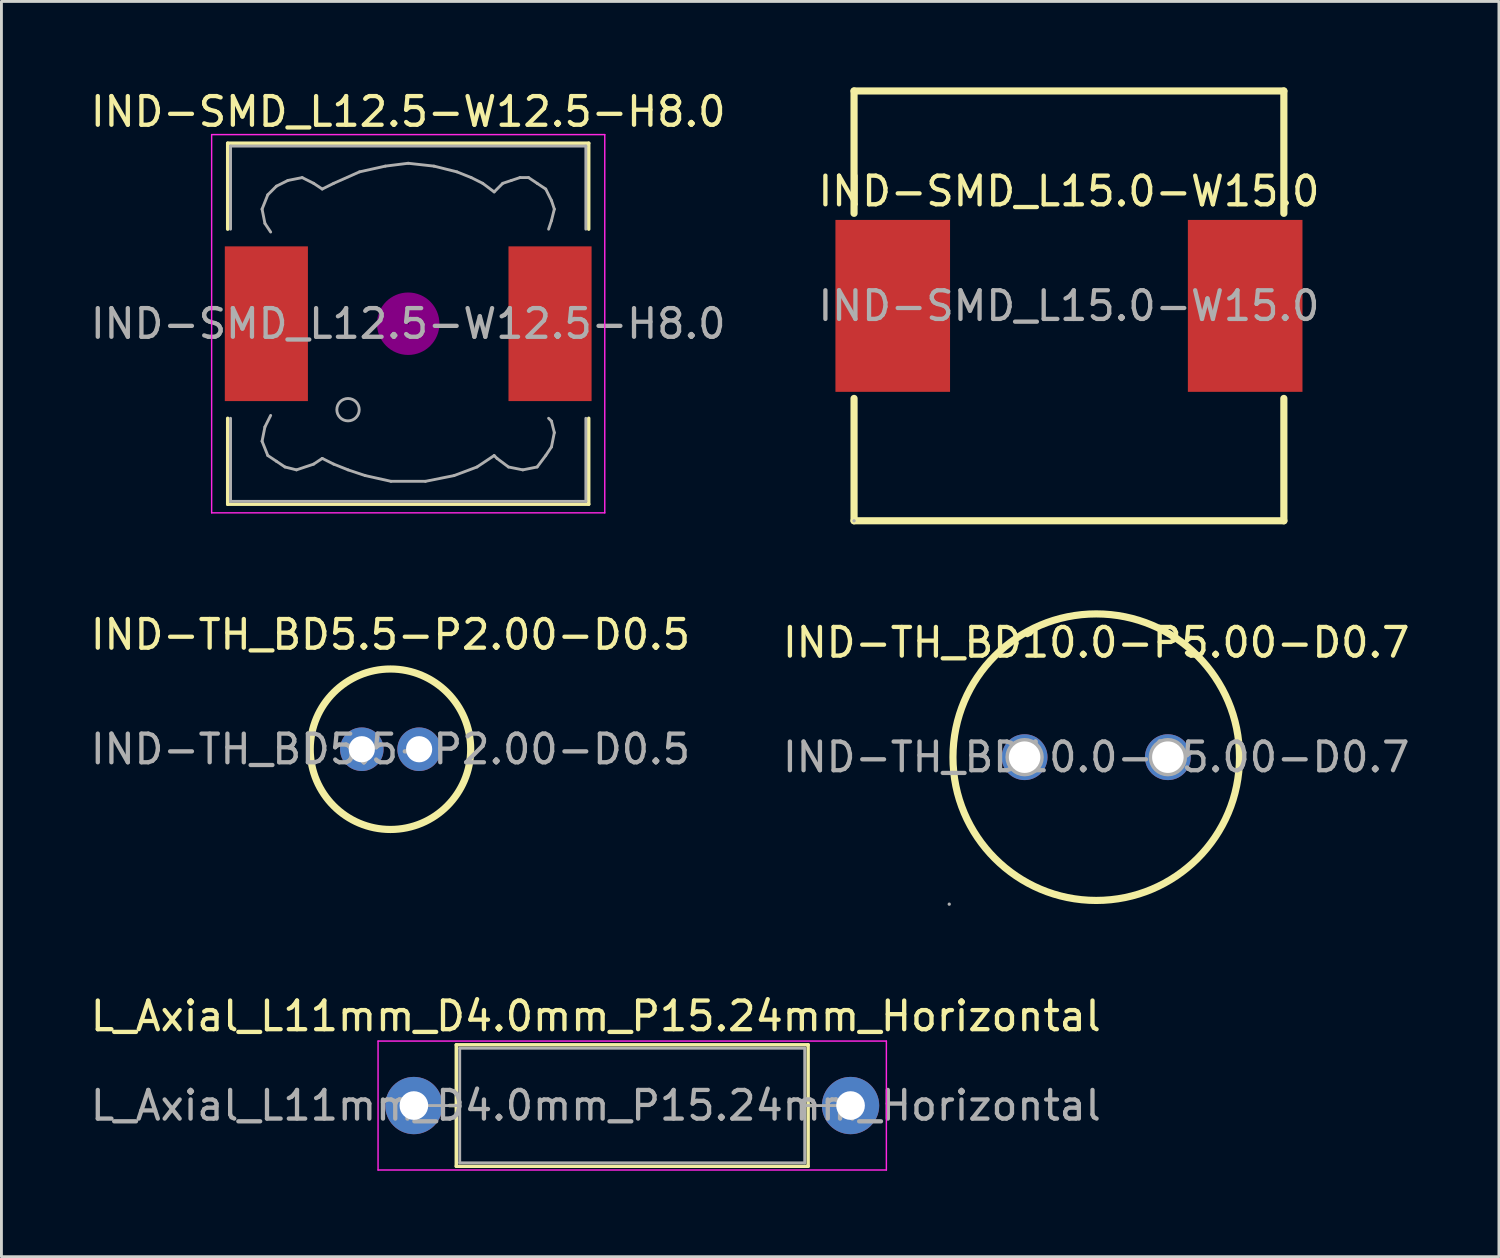
<source format=kicad_pcb>
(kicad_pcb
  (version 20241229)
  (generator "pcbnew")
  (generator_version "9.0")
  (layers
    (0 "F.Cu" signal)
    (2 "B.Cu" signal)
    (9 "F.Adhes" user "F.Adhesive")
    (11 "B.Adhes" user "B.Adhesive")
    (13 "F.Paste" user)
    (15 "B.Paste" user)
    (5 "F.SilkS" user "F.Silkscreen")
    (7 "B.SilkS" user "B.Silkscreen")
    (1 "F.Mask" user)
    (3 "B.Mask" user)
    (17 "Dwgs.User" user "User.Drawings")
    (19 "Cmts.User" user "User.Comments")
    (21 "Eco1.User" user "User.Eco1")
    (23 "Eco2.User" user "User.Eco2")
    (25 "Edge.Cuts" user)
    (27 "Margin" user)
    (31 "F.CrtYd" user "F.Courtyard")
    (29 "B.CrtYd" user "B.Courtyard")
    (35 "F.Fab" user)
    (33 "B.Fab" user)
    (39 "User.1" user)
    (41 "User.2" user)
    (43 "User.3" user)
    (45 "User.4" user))
  (footprint "IND-SMD_L15.0-W15.0"
    (layer "F.Cu")
    (at 34.256 7.625)
    (property "Reference" "IND-SMD_L15.0-W15.0" (at 0 -4 0) (layer "F.SilkS") (effects (font (size 1 1) (thickness 0.15))))
    (attr through_hole)
    (fp_line (start -7.5 -7.5) (end 7.5 -7.5) (stroke (width 0.25) (type solid)) (layer "F.SilkS"))
    (fp_line (start -7.5 -3.23) (end -7.5 -7.5) (stroke (width 0.25) (type solid)) (layer "F.SilkS"))
    (fp_line (start -7.5 7.5) (end -7.5 3.23) (stroke (width 0.25) (type solid)) (layer "F.SilkS"))
    (fp_line (start 7.5 -7.5) (end 7.5 -3.23) (stroke (width 0.25) (type solid)) (layer "F.SilkS"))
    (fp_line (start 7.5 3.23) (end 7.5 7.5) (stroke (width 0.25) (type solid)) (layer "F.SilkS"))
    (fp_line (start 7.5 7.5) (end -7.5 7.5) (stroke (width 0.25) (type solid)) (layer "F.SilkS"))
    (fp_circle (center -7.5 7.5) (end -7.47 7.5) (stroke (width 0.06) (type solid)) (fill no) (layer "F.Fab"))
    (fp_text user "${REFERENCE}" (at 0 0 0) (layer "F.Fab") (effects (font (size 1 1) (thickness 0.15))))
    (pad "1" smd rect (at -6.15 0) (size 4 6) (layers "F.Cu" "F.Mask" "F.Paste"))
    (pad "2" smd rect (at 6.15 0) (size 4 6) (layers "F.Cu" "F.Mask" "F.Paste")))
  (footprint "IND-TH_BD10.0-P5.00-D0.7"
    (layer "F.Cu")
    (at 35.208 23.375)
    (property "Reference" "IND-TH_BD10.0-P5.00-D0.7" (at 0 -4 0) (layer "F.SilkS") (effects (font (size 1 1) (thickness 0.15))))
    (attr smd)
    (fp_circle (center 0 0) (end 5 0) (stroke (width 0.25) (type solid)) (fill no) (layer "F.SilkS"))
    (fp_circle (center -5.13 5.13) (end -5.1 5.13) (stroke (width 0.06) (type solid)) (fill no) (layer "F.Fab"))
    (fp_circle (center -2.5 0) (end -2.28 0) (stroke (width 0.45) (type solid)) (fill no) (layer "F.Fab"))
    (fp_circle (center 2.5 0) (end 2.72 0) (stroke (width 0.45) (type solid)) (fill no) (layer "F.Fab"))
    (fp_text user "${REFERENCE}" (at 0 0 0) (layer "F.Fab") (effects (font (size 1 1) (thickness 0.15))))
    (pad "1" thru_hole circle (at -2.5 0) (size 1.6 1.6) (drill 1.1) (layers "*.Cu" "*.Paste" "*.Mask"))
    (pad "2" thru_hole circle (at 2.5 0) (size 1.6 1.6) (drill 1.1) (layers "*.Cu" "*.Paste" "*.Mask")))
  (footprint "IND-TH_BD5.5-P2.00-D0.5"
    (layer "F.Cu")
    (at 10.577 23.098)
    (property "Reference" "IND-TH_BD5.5-P2.00-D0.5" (at 0 -4 0) (layer "F.SilkS") (effects (font (size 1 1) (thickness 0.15))))
    (attr smd)
    (fp_circle (center 0 0) (end 2.8 0) (stroke (width 0.25) (type solid)) (fill no) (layer "F.SilkS"))
    (fp_circle (center -1 0) (end -0.82 0) (stroke (width 0.36) (type solid)) (fill no) (layer "F.Fab"))
    (fp_circle (center 1 0) (end 1.18 0) (stroke (width 0.36) (type solid)) (fill no) (layer "F.Fab"))
    (fp_text user "${REFERENCE}" (at 0 0 0) (layer "F.Fab") (effects (font (size 1 1) (thickness 0.15))))
    (pad "1" thru_hole circle (at -1 0) (size 1.52 1.52) (drill 0.914) (layers "*.Cu" "*.Paste" "*.Mask"))
    (pad "2" thru_hole circle (at 1 0) (size 1.52 1.52) (drill 0.914) (layers "*.Cu" "*.Paste" "*.Mask")))
  (footprint "IND-SMD_L12.5-W12.5-H8.0"
    (layer "F.Cu")
    (at 11.196 8.248)
    (property "Reference" "IND-SMD_L12.5-W12.5-H8.0" (at 0 -7.4 0) (layer "F.SilkS") (effects (font (size 1 1) (thickness 0.15))))
    (attr smd)
    (fp_line (start -6.3 -6.3) (end 6.3 -6.3) (stroke (width 0.12) (type solid)) (layer "F.SilkS"))
    (fp_line (start -6.3 -3.3) (end -6.3 -6.3) (stroke (width 0.12) (type solid)) (layer "F.SilkS"))
    (fp_line (start -6.3 6.3) (end -6.3 3.3) (stroke (width 0.12) (type solid)) (layer "F.SilkS"))
    (fp_line (start 6.3 -6.3) (end 6.3 -3.3) (stroke (width 0.12) (type solid)) (layer "F.SilkS"))
    (fp_line (start 6.3 3.3) (end 6.3 6.3) (stroke (width 0.12) (type solid)) (layer "F.SilkS"))
    (fp_line (start 6.3 6.3) (end -6.3 6.3) (stroke (width 0.12) (type solid)) (layer "F.SilkS"))
    (fp_circle (center 0 0) (end 0.15 0.15) (stroke (width 0.38) (type solid)) (fill no) (layer "F.Adhes"))
    (fp_circle (center 0 0) (end 0.55 0) (stroke (width 0.38) (type solid)) (fill no) (layer "F.Adhes"))
    (fp_circle (center 0 0) (end 0.9 0) (stroke (width 0.38) (type solid)) (fill no) (layer "F.Adhes"))
    (fp_line (start -6.86 -6.6) (end 6.86 -6.6) (stroke (width 0.05) (type solid)) (layer "F.CrtYd"))
    (fp_line (start -6.86 6.6) (end -6.86 -6.6) (stroke (width 0.05) (type solid)) (layer "F.CrtYd"))
    (fp_line (start 6.86 -6.6) (end 6.86 6.6) (stroke (width 0.05) (type solid)) (layer "F.CrtYd"))
    (fp_line (start 6.86 6.6) (end -6.86 6.6) (stroke (width 0.05) (type solid)) (layer "F.CrtYd"))
    (fp_line (start -6.2 -6.2) (end -6.2 -3.3) (stroke (width 0.1) (type solid)) (layer "F.Fab"))
    (fp_line (start -6.2 3.3) (end -6.2 6.2) (stroke (width 0.1) (type solid)) (layer "F.Fab"))
    (fp_line (start -6.2 6.2) (end 6.2 6.2) (stroke (width 0.1) (type solid)) (layer "F.Fab"))
    (fp_line (start -5.1 -4) (end -5 -3.5) (stroke (width 0.1) (type solid)) (layer "F.Fab"))
    (fp_line (start -5.1 4.1) (end -5 3.6) (stroke (width 0.1) (type solid)) (layer "F.Fab"))
    (fp_line (start -5 -3.5) (end -4.8 -3.2) (stroke (width 0.1) (type solid)) (layer "F.Fab"))
    (fp_line (start -5 3.6) (end -4.8 3.2) (stroke (width 0.1) (type solid)) (layer "F.Fab"))
    (fp_line (start -4.9 -4.5) (end -5.1 -4) (stroke (width 0.1) (type solid)) (layer "F.Fab"))
    (fp_line (start -4.9 4.6) (end -5.1 4.1) (stroke (width 0.1) (type solid)) (layer "F.Fab"))
    (fp_line (start -4.6 -4.8) (end -4.9 -4.5) (stroke (width 0.1) (type solid)) (layer "F.Fab"))
    (fp_line (start -4.6 4.8) (end -4.9 4.6) (stroke (width 0.1) (type solid)) (layer "F.Fab"))
    (fp_line (start -4.3 5) (end -4.6 4.8) (stroke (width 0.1) (type solid)) (layer "F.Fab"))
    (fp_line (start -4.2 -5) (end -4.6 -4.8) (stroke (width 0.1) (type solid)) (layer "F.Fab"))
    (fp_line (start -3.9 5.1) (end -4.3 5) (stroke (width 0.1) (type solid)) (layer "F.Fab"))
    (fp_line (start -3.7 -5.1) (end -4.2 -5) (stroke (width 0.1) (type solid)) (layer "F.Fab"))
    (fp_line (start -3.3 -4.9) (end -3.7 -5.1) (stroke (width 0.1) (type solid)) (layer "F.Fab"))
    (fp_line (start -3.3 4.9) (end -3.9 5.1) (stroke (width 0.1) (type solid)) (layer "F.Fab"))
    (fp_line (start -3 -4.7) (end -3.3 -4.9) (stroke (width 0.1) (type solid)) (layer "F.Fab"))
    (fp_line (start -3 4.7) (end -3.3 4.9) (stroke (width 0.1) (type solid)) (layer "F.Fab"))
    (fp_line (start -2.6 -4.9) (end -3 -4.7) (stroke (width 0.1) (type solid)) (layer "F.Fab"))
    (fp_line (start -2.6 4.9) (end -3 4.7) (stroke (width 0.1) (type solid)) (layer "F.Fab"))
    (fp_line (start -2.1 5.1) (end -2.6 4.9) (stroke (width 0.1) (type solid)) (layer "F.Fab"))
    (fp_line (start -1.7 -5.3) (end -2.6 -4.9) (stroke (width 0.1) (type solid)) (layer "F.Fab"))
    (fp_line (start -1.5 5.3) (end -2.1 5.1) (stroke (width 0.1) (type solid)) (layer "F.Fab"))
    (fp_line (start -0.8 -5.5) (end -1.7 -5.3) (stroke (width 0.1) (type solid)) (layer "F.Fab"))
    (fp_line (start -0.6 5.5) (end -1.5 5.3) (stroke (width 0.1) (type solid)) (layer "F.Fab"))
    (fp_line (start 0 -5.6) (end -0.8 -5.5) (stroke (width 0.1) (type solid)) (layer "F.Fab"))
    (fp_line (start 0.6 5.5) (end -0.6 5.5) (stroke (width 0.1) (type solid)) (layer "F.Fab"))
    (fp_line (start 0.9 -5.5) (end 0 -5.6) (stroke (width 0.1) (type solid)) (layer "F.Fab"))
    (fp_line (start 1.6 5.3) (end 0.6 5.5) (stroke (width 0.1) (type solid)) (layer "F.Fab"))
    (fp_line (start 1.7 -5.3) (end 0.9 -5.5) (stroke (width 0.1) (type solid)) (layer "F.Fab"))
    (fp_line (start 2.2 -5.1) (end 1.7 -5.3) (stroke (width 0.1) (type solid)) (layer "F.Fab"))
    (fp_line (start 2.4 5) (end 1.6 5.3) (stroke (width 0.1) (type solid)) (layer "F.Fab"))
    (fp_line (start 2.6 -4.9) (end 2.2 -5.1) (stroke (width 0.1) (type solid)) (layer "F.Fab"))
    (fp_line (start 3 -4.6) (end 2.6 -4.9) (stroke (width 0.1) (type solid)) (layer "F.Fab"))
    (fp_line (start 3 4.6) (end 2.4 5) (stroke (width 0.1) (type solid)) (layer "F.Fab"))
    (fp_line (start 3.1 4.7) (end 3 4.6) (stroke (width 0.1) (type solid)) (layer "F.Fab"))
    (fp_line (start 3.3 -4.9) (end 3 -4.6) (stroke (width 0.1) (type solid)) (layer "F.Fab"))
    (fp_line (start 3.5 5) (end 3.1 4.7) (stroke (width 0.1) (type solid)) (layer "F.Fab"))
    (fp_line (start 3.6 -5) (end 3.3 -4.9) (stroke (width 0.1) (type solid)) (layer "F.Fab"))
    (fp_line (start 3.9 -5.1) (end 3.6 -5) (stroke (width 0.1) (type solid)) (layer "F.Fab"))
    (fp_line (start 4 5.1) (end 3.5 5) (stroke (width 0.1) (type solid)) (layer "F.Fab"))
    (fp_line (start 4.2 -5.1) (end 3.9 -5.1) (stroke (width 0.1) (type solid)) (layer "F.Fab"))
    (fp_line (start 4.5 -4.9) (end 4.2 -5.1) (stroke (width 0.1) (type solid)) (layer "F.Fab"))
    (fp_line (start 4.5 5) (end 4 5.1) (stroke (width 0.1) (type solid)) (layer "F.Fab"))
    (fp_line (start 4.8 -4.7) (end 4.5 -4.9) (stroke (width 0.1) (type solid)) (layer "F.Fab"))
    (fp_line (start 4.8 4.6) (end 4.5 5) (stroke (width 0.1) (type solid)) (layer "F.Fab"))
    (fp_line (start 4.9 -3.3) (end 5 -3.6) (stroke (width 0.1) (type solid)) (layer "F.Fab"))
    (fp_line (start 4.9 3.3) (end 5 3.4) (stroke (width 0.1) (type solid)) (layer "F.Fab"))
    (fp_line (start 5 -4.3) (end 4.8 -4.7) (stroke (width 0.1) (type solid)) (layer "F.Fab"))
    (fp_line (start 5 -3.6) (end 5.1 -4) (stroke (width 0.1) (type solid)) (layer "F.Fab"))
    (fp_line (start 5 3.4) (end 5.1 3.8) (stroke (width 0.1) (type solid)) (layer "F.Fab"))
    (fp_line (start 5 4.3) (end 4.8 4.6) (stroke (width 0.1) (type solid)) (layer "F.Fab"))
    (fp_line (start 5.1 -4) (end 5 -4.3) (stroke (width 0.1) (type solid)) (layer "F.Fab"))
    (fp_line (start 5.1 3.8) (end 5 4.3) (stroke (width 0.1) (type solid)) (layer "F.Fab"))
    (fp_line (start 6.2 -6.2) (end -6.2 -6.2) (stroke (width 0.1) (type solid)) (layer "F.Fab"))
    (fp_line (start 6.2 -6.2) (end 6.2 -3.3) (stroke (width 0.1) (type solid)) (layer "F.Fab"))
    (fp_line (start 6.2 6.2) (end 6.2 3.3) (stroke (width 0.1) (type solid)) (layer "F.Fab"))
    (fp_circle (center -2.1 3) (end -1.8 3.25) (stroke (width 0.1) (type solid)) (fill no) (layer "F.Fab"))
    (fp_text user "${REFERENCE}" (at 0 0 0) (layer "F.Fab") (effects (font (size 1 1) (thickness 0.15))))
    (pad "1" smd rect (at -4.95 0) (size 2.9 5.4) (layers "F.Cu" "F.Mask" "F.Paste"))
    (pad "2" smd rect (at 4.95 0) (size 2.9 5.4) (layers "F.Cu" "F.Mask" "F.Paste")))
  (footprint "L_Axial_L11mm_D4.0mm_P15.24mm_Horizontal"
    (layer "F.Cu")
    (at 11.394 35.533)
    (property "Reference" "L_Axial_L11mm_D4.0mm_P15.24mm_Horizontal" (at 6.35 -3.12 0) (layer "F.SilkS") (effects (font (size 1 1) (thickness 0.15))))
    (attr through_hole)
    (fp_line (start 1.24 0) (end 1.48 0) (stroke (width 0.12) (type solid)) (layer "F.SilkS"))
    (fp_line (start 1.48 -2.12) (end 1.48 2.12) (stroke (width 0.12) (type solid)) (layer "F.SilkS"))
    (fp_line (start 1.48 2.12) (end 13.76 2.12) (stroke (width 0.12) (type solid)) (layer "F.SilkS"))
    (fp_line (start 13.76 -2.12) (end 1.48 -2.12) (stroke (width 0.12) (type solid)) (layer "F.SilkS"))
    (fp_line (start 13.76 2.12) (end 13.76 -2.12) (stroke (width 0.12) (type solid)) (layer "F.SilkS"))
    (fp_line (start 14 0) (end 13.76 0) (stroke (width 0.12) (type solid)) (layer "F.SilkS"))
    (fp_line (start -1.25 -2.25) (end -1.25 2.25) (stroke (width 0.05) (type solid)) (layer "F.CrtYd"))
    (fp_line (start -1.25 2.25) (end 16.49 2.25) (stroke (width 0.05) (type solid)) (layer "F.CrtYd"))
    (fp_line (start 16.49 -2.25) (end -1.25 -2.25) (stroke (width 0.05) (type solid)) (layer "F.CrtYd"))
    (fp_line (start 16.49 2.25) (end 16.49 -2.25) (stroke (width 0.05) (type solid)) (layer "F.CrtYd"))
    (fp_line (start 0 0) (end 1.6 0) (stroke (width 0.1) (type solid)) (layer "F.Fab"))
    (fp_line (start 1.6 -2) (end 1.6 2) (stroke (width 0.1) (type solid)) (layer "F.Fab"))
    (fp_line (start 1.6 2) (end 13.64 2) (stroke (width 0.1) (type solid)) (layer "F.Fab"))
    (fp_line (start 13.64 -2) (end 1.6 -2) (stroke (width 0.1) (type solid)) (layer "F.Fab"))
    (fp_line (start 13.64 2) (end 13.64 -2) (stroke (width 0.1) (type solid)) (layer "F.Fab"))
    (fp_line (start 15.24 0) (end 13.64 0) (stroke (width 0.1) (type solid)) (layer "F.Fab"))
    (fp_text user "${REFERENCE}" (at 6.35 0 0) (layer "F.Fab") (effects (font (size 1 1) (thickness 0.15))))
    (pad "1" thru_hole circle (at 0 0) (size 2 2) (drill 1) (layers "*.Cu" "*.Mask"))
    (pad "2" thru_hole oval (at 15.24 0) (size 2 2) (drill 1) (layers "*.Cu" "*.Mask")))
  (gr_rect
    (start -3 -3)
    (end 49.262 40.808)
    (stroke (width 0.1) (type default))
    (fill no)
    (layer "Edge.Cuts")))
</source>
